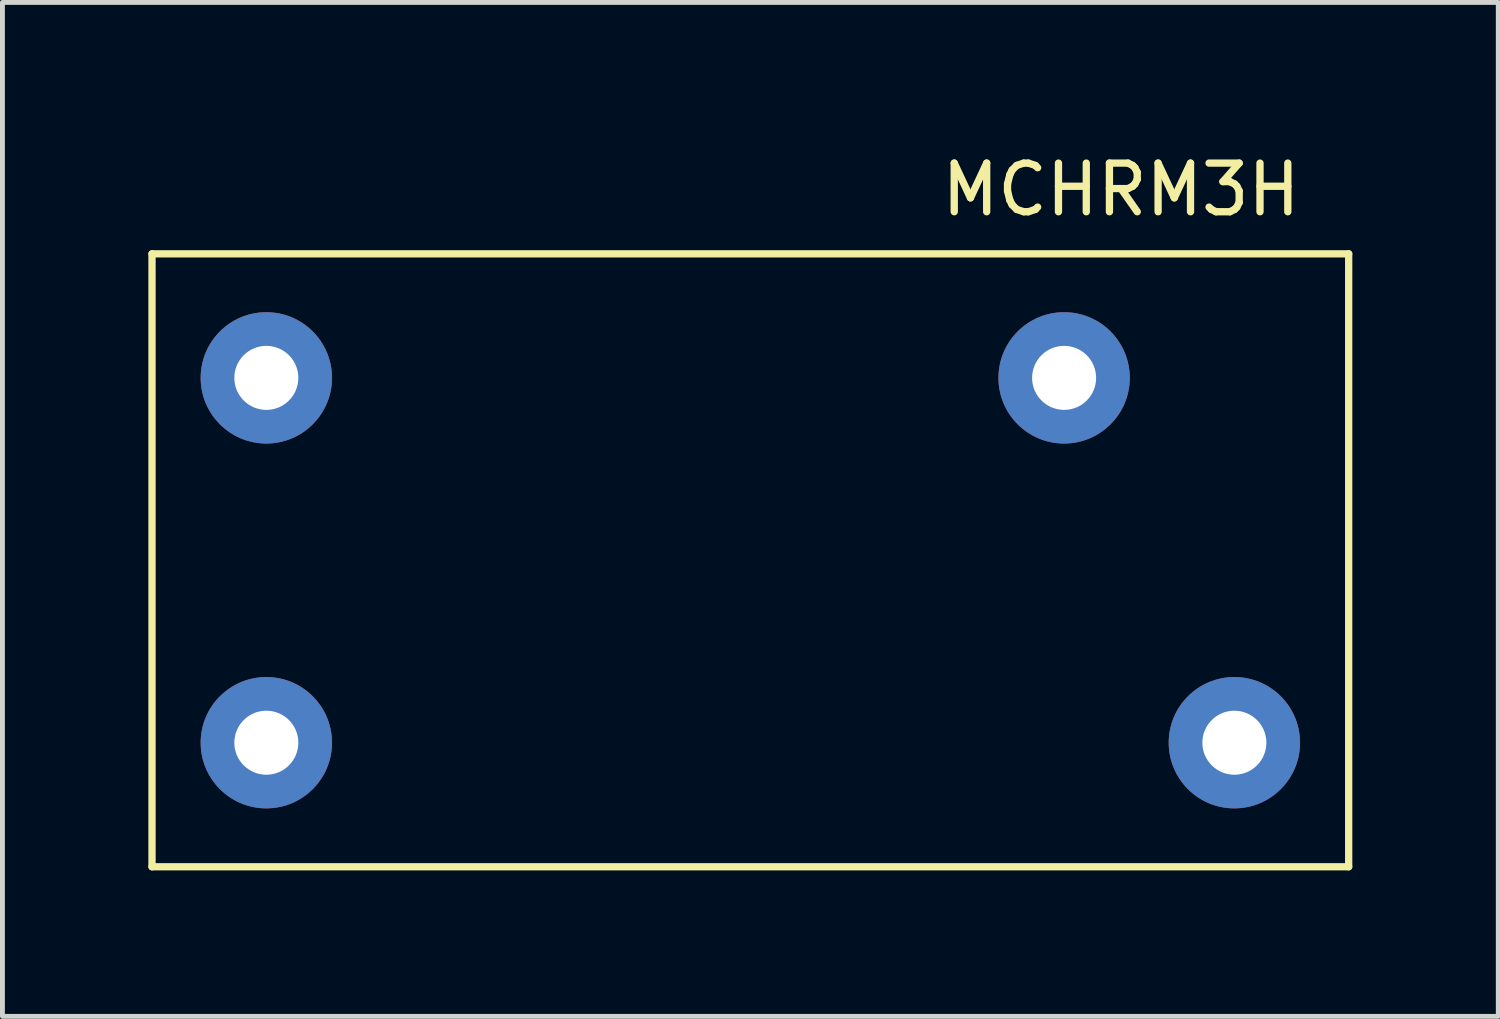
<source format=kicad_pcb>
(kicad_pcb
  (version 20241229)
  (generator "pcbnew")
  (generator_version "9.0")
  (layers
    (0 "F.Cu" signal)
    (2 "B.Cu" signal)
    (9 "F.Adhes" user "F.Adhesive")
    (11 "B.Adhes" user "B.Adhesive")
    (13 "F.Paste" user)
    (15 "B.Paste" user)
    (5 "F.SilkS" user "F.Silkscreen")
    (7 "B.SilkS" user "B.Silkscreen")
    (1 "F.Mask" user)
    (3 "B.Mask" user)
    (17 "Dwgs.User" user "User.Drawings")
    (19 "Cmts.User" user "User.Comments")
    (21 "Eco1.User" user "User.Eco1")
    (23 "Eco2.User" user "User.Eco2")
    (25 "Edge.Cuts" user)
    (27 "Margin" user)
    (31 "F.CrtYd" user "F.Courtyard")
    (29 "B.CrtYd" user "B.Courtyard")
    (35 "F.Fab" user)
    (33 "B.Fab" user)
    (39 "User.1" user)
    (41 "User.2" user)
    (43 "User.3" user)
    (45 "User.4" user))
  (footprint "MCHRM3H"
    (layer "F.Cu")
    (at 12.375 8.468)
    (property "Reference" "MCHRM3H" (at 7.62 -7.62 0) (layer "F.SilkS") (effects (font (size 1 1) (thickness 0.15))))
    (attr through_hole)
    (fp_line (start -12.3 -6.3) (end -12.3 6.3) (stroke (width 0.15) (type solid)) (layer "F.SilkS"))
    (fp_line (start -12.3 -6.3) (end 12.3 -6.3) (stroke (width 0.15) (type solid)) (layer "F.SilkS"))
    (fp_line (start -12.3 6.3) (end 12.3 6.3) (stroke (width 0.15) (type solid)) (layer "F.SilkS"))
    (fp_line (start 12.3 -6.3) (end 12.3 6.3) (stroke (width 0.15) (type solid)) (layer "F.SilkS"))
    (pad "1" thru_hole circle (at -9.95 -3.75) (size 2.7 2.7) (drill 1.316) (layers "*.Cu" "*.Mask"))
    (pad "2" thru_hole circle (at -9.95 3.75) (size 2.7 2.7) (drill 1.316) (layers "*.Cu" "*.Mask"))
    (pad "3" thru_hole circle (at 6.45 -3.75) (size 2.7 2.7) (drill 1.316) (layers "*.Cu" "*.Mask"))
    (pad "4" thru_hole circle (at 9.95 3.75) (size 2.7 2.7) (drill 1.316) (layers "*.Cu" "*.Mask")))
  (gr_rect
    (start -3 -3)
    (end 27.75 17.843)
    (stroke (width 0.1) (type default))
    (fill no)
    (layer "Edge.Cuts")))
</source>
